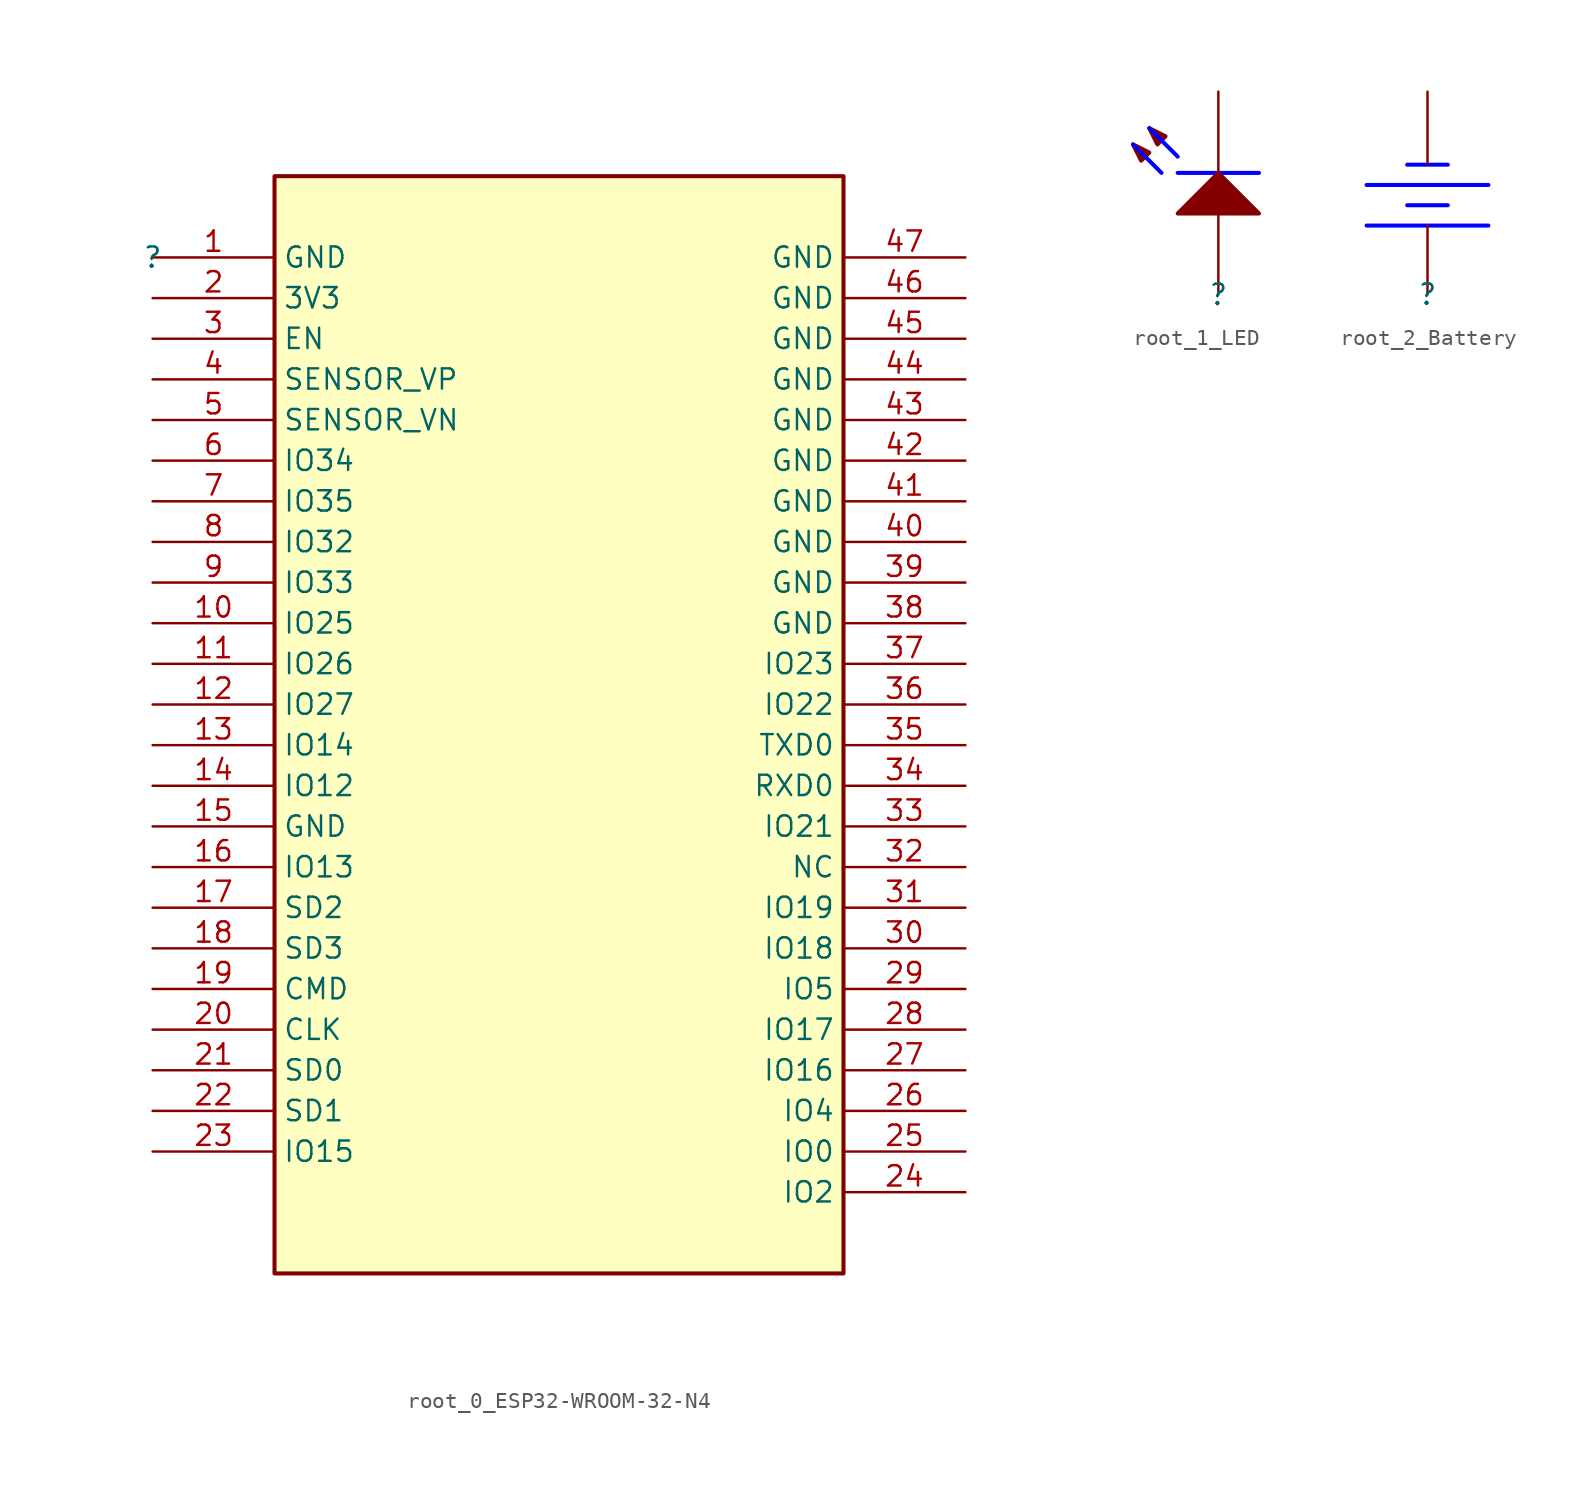
<source format=kicad_sym>
(kicad_symbol_lib
  (version 20220914)
  (generator kicad_symbol_editor)
  (symbol "root_0_ESP32-WROOM-32-N4"
    (property "Reference" ""
      (at 0 0 0)
      (effects (font (size 1.27 1.27))))
    (property "Value" ""
      (at 0 0 0)
      (effects (font (size 1.27 1.27))))
    (symbol "root_0_ESP32-WROOM-32-N4_1_0"
      (rectangle (start 43.18 5.08) (end 7.62 -63.5) (stroke (width 0.254) (type solid)) (fill (type background)))
      (pin power_in line (at 0 0 0) (length 7.62) (name "GND" (effects (font (size 1.27 1.27)))) (number "1" (effects (font (size 1.27 1.27)))))
      (pin bidirectional line (at 0 -22.86 0) (length 7.62) (name "IO25" (effects (font (size 1.27 1.27)))) (number "10" (effects (font (size 1.27 1.27)))))
      (pin bidirectional line (at 0 -25.4 0) (length 7.62) (name "IO26" (effects (font (size 1.27 1.27)))) (number "11" (effects (font (size 1.27 1.27)))))
      (pin bidirectional line (at 0 -27.94 0) (length 7.62) (name "IO27" (effects (font (size 1.27 1.27)))) (number "12" (effects (font (size 1.27 1.27)))))
      (pin bidirectional line (at 0 -30.48 0) (length 7.62) (name "IO14" (effects (font (size 1.27 1.27)))) (number "13" (effects (font (size 1.27 1.27)))))
      (pin bidirectional line (at 0 -33.02 0) (length 7.62) (name "IO12" (effects (font (size 1.27 1.27)))) (number "14" (effects (font (size 1.27 1.27)))))
      (pin power_in line (at 0 -35.56 0) (length 7.62) (name "GND" (effects (font (size 1.27 1.27)))) (number "15" (effects (font (size 1.27 1.27)))))
      (pin bidirectional line (at 0 -38.1 0) (length 7.62) (name "IO13" (effects (font (size 1.27 1.27)))) (number "16" (effects (font (size 1.27 1.27)))))
      (pin bidirectional line (at 0 -40.64 0) (length 7.62) (name "SD2" (effects (font (size 1.27 1.27)))) (number "17" (effects (font (size 1.27 1.27)))))
      (pin bidirectional line (at 0 -43.18 0) (length 7.62) (name "SD3" (effects (font (size 1.27 1.27)))) (number "18" (effects (font (size 1.27 1.27)))))
      (pin bidirectional line (at 0 -45.72 0) (length 7.62) (name "CMD" (effects (font (size 1.27 1.27)))) (number "19" (effects (font (size 1.27 1.27)))))
      (pin power_in line (at 0 -2.54 0) (length 7.62) (name "3V3" (effects (font (size 1.27 1.27)))) (number "2" (effects (font (size 1.27 1.27)))))
      (pin bidirectional line (at 0 -48.26 0) (length 7.62) (name "CLK" (effects (font (size 1.27 1.27)))) (number "20" (effects (font (size 1.27 1.27)))))
      (pin bidirectional line (at 0 -50.8 0) (length 7.62) (name "SD0" (effects (font (size 1.27 1.27)))) (number "21" (effects (font (size 1.27 1.27)))))
      (pin bidirectional line (at 0 -53.34 0) (length 7.62) (name "SD1" (effects (font (size 1.27 1.27)))) (number "22" (effects (font (size 1.27 1.27)))))
      (pin bidirectional line (at 0 -55.88 0) (length 7.62) (name "IO15" (effects (font (size 1.27 1.27)))) (number "23" (effects (font (size 1.27 1.27)))))
      (pin bidirectional line (at 50.8 -58.42 180) (length 7.62) (name "IO2" (effects (font (size 1.27 1.27)))) (number "24" (effects (font (size 1.27 1.27)))))
      (pin bidirectional line (at 50.8 -55.88 180) (length 7.62) (name "IO0" (effects (font (size 1.27 1.27)))) (number "25" (effects (font (size 1.27 1.27)))))
      (pin bidirectional line (at 50.8 -53.34 180) (length 7.62) (name "IO4" (effects (font (size 1.27 1.27)))) (number "26" (effects (font (size 1.27 1.27)))))
      (pin bidirectional line (at 50.8 -50.8 180) (length 7.62) (name "IO16" (effects (font (size 1.27 1.27)))) (number "27" (effects (font (size 1.27 1.27)))))
      (pin bidirectional line (at 50.8 -48.26 180) (length 7.62) (name "IO17" (effects (font (size 1.27 1.27)))) (number "28" (effects (font (size 1.27 1.27)))))
      (pin bidirectional line (at 50.8 -45.72 180) (length 7.62) (name "IO5" (effects (font (size 1.27 1.27)))) (number "29" (effects (font (size 1.27 1.27)))))
      (pin input line (at 0 -5.08 0) (length 7.62) (name "EN" (effects (font (size 1.27 1.27)))) (number "3" (effects (font (size 1.27 1.27)))))
      (pin bidirectional line (at 50.8 -43.18 180) (length 7.62) (name "IO18" (effects (font (size 1.27 1.27)))) (number "30" (effects (font (size 1.27 1.27)))))
      (pin bidirectional line (at 50.8 -40.64 180) (length 7.62) (name "IO19" (effects (font (size 1.27 1.27)))) (number "31" (effects (font (size 1.27 1.27)))))
      (pin passive line (at 50.8 -38.1 180) (length 7.62) (name "NC" (effects (font (size 1.27 1.27)))) (number "32" (effects (font (size 1.27 1.27)))))
      (pin bidirectional line (at 50.8 -35.56 180) (length 7.62) (name "IO21" (effects (font (size 1.27 1.27)))) (number "33" (effects (font (size 1.27 1.27)))))
      (pin bidirectional line (at 50.8 -33.02 180) (length 7.62) (name "RXD0" (effects (font (size 1.27 1.27)))) (number "34" (effects (font (size 1.27 1.27)))))
      (pin bidirectional line (at 50.8 -30.48 180) (length 7.62) (name "TXD0" (effects (font (size 1.27 1.27)))) (number "35" (effects (font (size 1.27 1.27)))))
      (pin bidirectional line (at 50.8 -27.94 180) (length 7.62) (name "IO22" (effects (font (size 1.27 1.27)))) (number "36" (effects (font (size 1.27 1.27)))))
      (pin bidirectional line (at 50.8 -25.4 180) (length 7.62) (name "IO23" (effects (font (size 1.27 1.27)))) (number "37" (effects (font (size 1.27 1.27)))))
      (pin power_in line (at 50.8 -22.86 180) (length 7.62) (name "GND" (effects (font (size 1.27 1.27)))) (number "38" (effects (font (size 1.27 1.27)))))
      (pin power_in line (at 50.8 -20.32 180) (length 7.62) (name "GND" (effects (font (size 1.27 1.27)))) (number "39" (effects (font (size 1.27 1.27)))))
      (pin input line (at 0 -7.62 0) (length 7.62) (name "SENSOR_VP" (effects (font (size 1.27 1.27)))) (number "4" (effects (font (size 1.27 1.27)))))
      (pin power_in line (at 50.8 -17.78 180) (length 7.62) (name "GND" (effects (font (size 1.27 1.27)))) (number "40" (effects (font (size 1.27 1.27)))))
      (pin power_in line (at 50.8 -15.24 180) (length 7.62) (name "GND" (effects (font (size 1.27 1.27)))) (number "41" (effects (font (size 1.27 1.27)))))
      (pin power_in line (at 50.8 -12.7 180) (length 7.62) (name "GND" (effects (font (size 1.27 1.27)))) (number "42" (effects (font (size 1.27 1.27)))))
      (pin power_in line (at 50.8 -10.16 180) (length 7.62) (name "GND" (effects (font (size 1.27 1.27)))) (number "43" (effects (font (size 1.27 1.27)))))
      (pin power_in line (at 50.8 -7.62 180) (length 7.62) (name "GND" (effects (font (size 1.27 1.27)))) (number "44" (effects (font (size 1.27 1.27)))))
      (pin power_in line (at 50.8 -5.08 180) (length 7.62) (name "GND" (effects (font (size 1.27 1.27)))) (number "45" (effects (font (size 1.27 1.27)))))
      (pin power_in line (at 50.8 -2.54 180) (length 7.62) (name "GND" (effects (font (size 1.27 1.27)))) (number "46" (effects (font (size 1.27 1.27)))))
      (pin power_in line (at 50.8 0 180) (length 7.62) (name "GND" (effects (font (size 1.27 1.27)))) (number "47" (effects (font (size 1.27 1.27)))))
      (pin input line (at 0 -10.16 0) (length 7.62) (name "SENSOR_VN" (effects (font (size 1.27 1.27)))) (number "5" (effects (font (size 1.27 1.27)))))
      (pin input line (at 0 -12.7 0) (length 7.62) (name "IO34" (effects (font (size 1.27 1.27)))) (number "6" (effects (font (size 1.27 1.27)))))
      (pin input line (at 0 -15.24 0) (length 7.62) (name "IO35" (effects (font (size 1.27 1.27)))) (number "7" (effects (font (size 1.27 1.27)))))
      (pin bidirectional line (at 0 -17.78 0) (length 7.62) (name "IO32" (effects (font (size 1.27 1.27)))) (number "8" (effects (font (size 1.27 1.27)))))
      (pin bidirectional line (at 0 -20.32 0) (length 7.62) (name "IO33" (effects (font (size 1.27 1.27)))) (number "9" (effects (font (size 1.27 1.27)))))))
  (symbol "root_1_LED"
    (property "Reference" ""
      (at 0 0 0)
      (effects (font (size 1.27 1.27))))
    (property "Value" ""
      (at 0 0 0)
      (effects (font (size 1.27 1.27))))
    (symbol "root_1_LED_1_0"
      (polyline (pts (xy -3.556 7.62) (xy -5.334 9.398)) (stroke (width 0.254) (type solid) (color 0 0 255 1)) (fill (type none)))
      (polyline (pts (xy -2.54 7.62) (xy 2.54 7.62)) (stroke (width 0.254) (type solid) (color 0 0 255 1)) (fill (type none)))
      (polyline (pts (xy -2.54 8.636) (xy -4.318 10.414)) (stroke (width 0.254) (type solid) (color 0 0 255 1)) (fill (type none)))
      (polyline (pts (xy -5.334 9.398) (xy -4.826 8.382) (xy -4.318 8.89) (xy -5.334 9.398)) (stroke (width 0.254) (type solid)) (fill (type outline)))
      (polyline (pts (xy -4.318 10.414) (xy -3.81 9.398) (xy -3.302 9.906) (xy -4.318 10.414)) (stroke (width 0.254) (type solid)) (fill (type outline)))
      (polyline (pts (xy 2.54 5.08) (xy 0 7.62) (xy -2.54 5.08) (xy 2.54 5.08)) (stroke (width 0.254) (type solid)) (fill (type outline)))
      (pin passive line (at 0 0 90) (length 5.08) (name "A" (effects (font (size 0 0)))) (number "1" (effects (font (size 0 0)))))
      (pin passive line (at 0 12.7 270) (length 5.08) (name "K" (effects (font (size 0 0)))) (number "2" (effects (font (size 0 0)))))))
  (symbol "root_2_Battery"
    (property "Reference" ""
      (at 0 0 0)
      (effects (font (size 1.27 1.27))))
    (property "Value" ""
      (at 0 0 0)
      (effects (font (size 1.27 1.27))))
    (symbol "root_2_Battery_1_0"
      (polyline (pts (xy 1.27 5.588) (xy -1.27 5.588)) (stroke (width 0.254) (type solid) (color 0 0 255 1)) (fill (type none)))
      (polyline (pts (xy 1.27 8.128) (xy -1.27 8.128)) (stroke (width 0.254) (type solid) (color 0 0 255 1)) (fill (type none)))
      (polyline (pts (xy 3.81 4.318) (xy -3.81 4.318)) (stroke (width 0.254) (type solid) (color 0 0 255 1)) (fill (type none)))
      (polyline (pts (xy 3.81 6.858) (xy -3.81 6.858)) (stroke (width 0.254) (type solid) (color 0 0 255 1)) (fill (type none)))
      (pin passive line (at 0 0 90) (length 4.318) (name "1" (effects (font (size 0 0)))) (number "1" (effects (font (size 0 0)))))
      (pin passive line (at 0 12.7 270) (length 4.572) (name "2" (effects (font (size 0 0)))) (number "2" (effects (font (size 0 0))))))))
</source>
